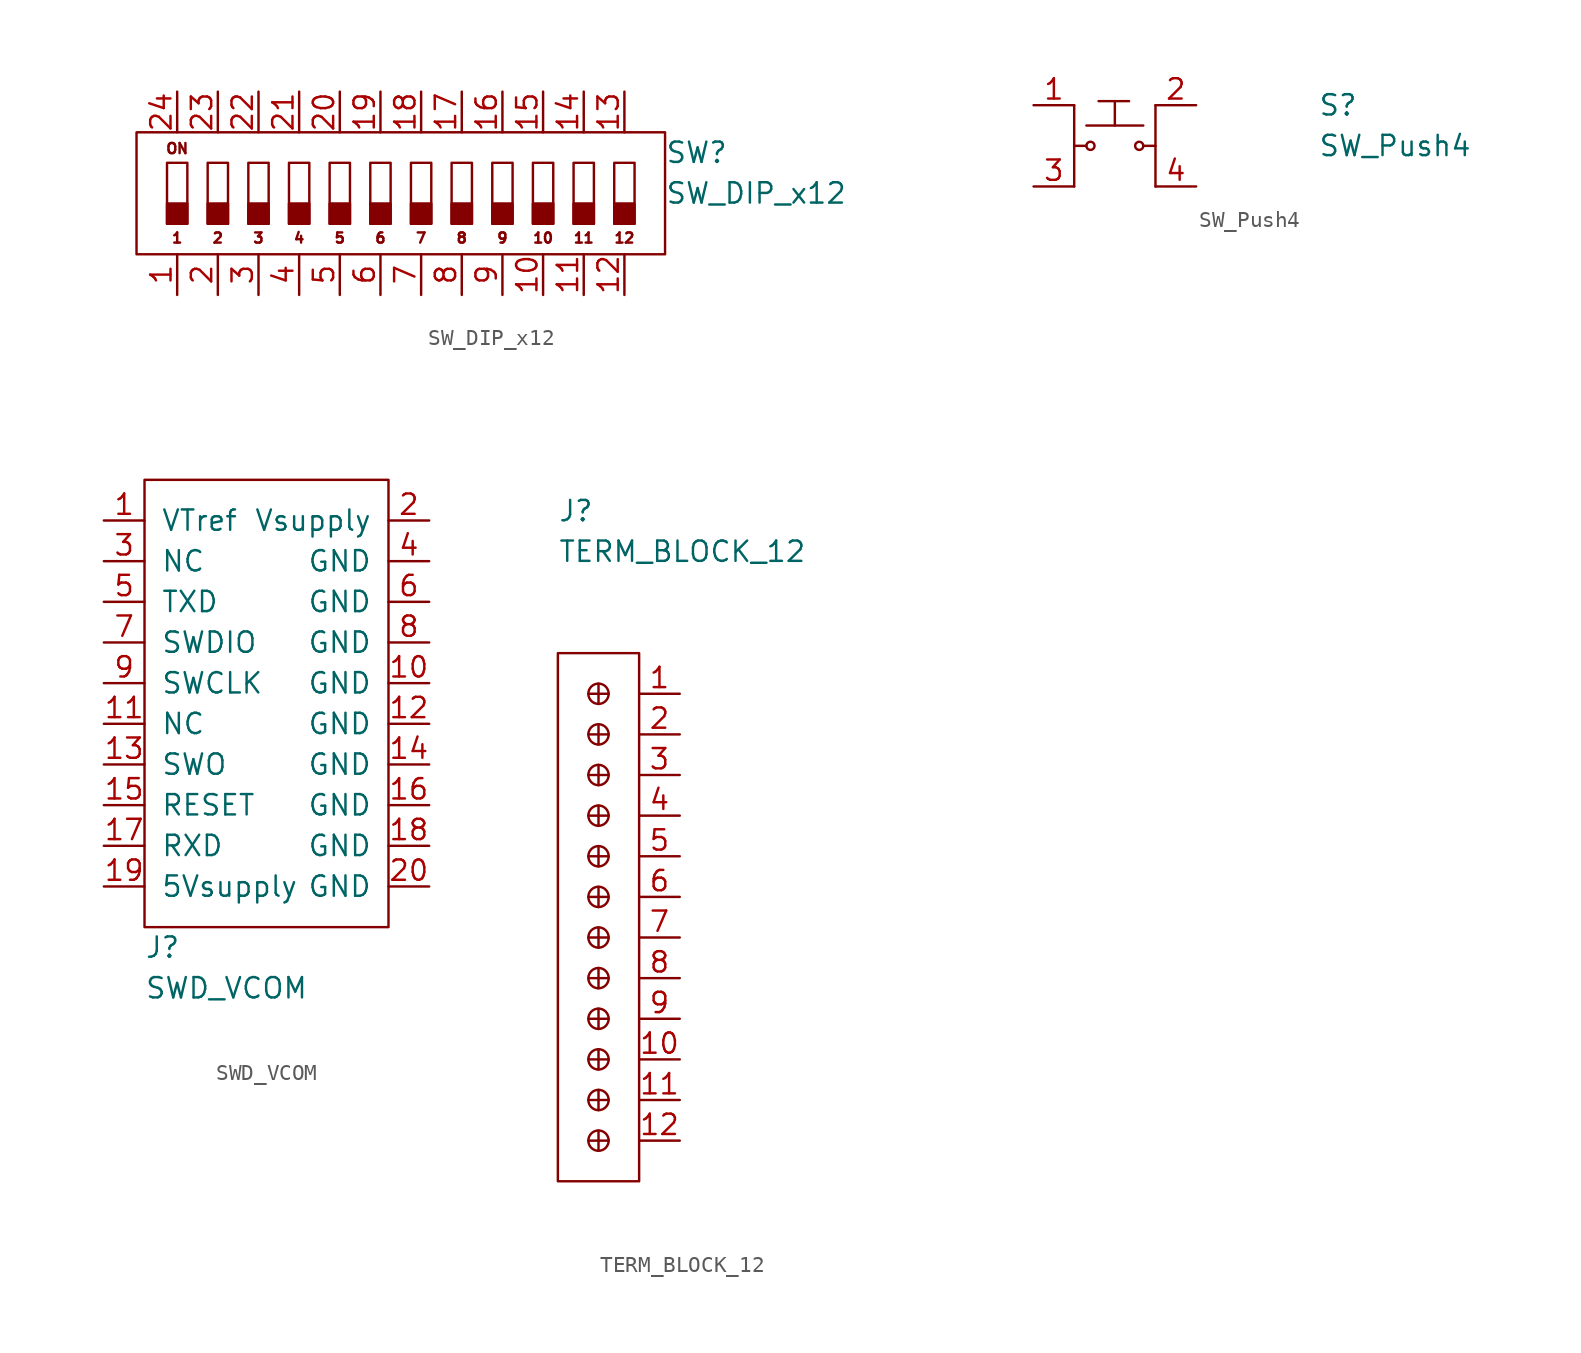
<source format=kicad_sym>
(kicad_symbol_lib
  (version 20211014)
  (generator kicad_symbol_editor)
  (symbol "SW_DIP_x12"
    (property "Reference" "SW"
      (at 33.02 -1.27 0)
      (effects (font (size 1.27 1.27)) (justify left)))
    (property "Value" "SW_DIP_x12"
      (at 33.02 -3.81 0)
      (effects (font (size 1.27 1.27)) (justify left)))
    (symbol "SW_DIP_x12_0_0"
      (rectangle (start 0 0) (end 33.02 -7.62) (stroke (width 0.152) (type default) (color 0 0 0 0)) (fill (type none)))
      (text "1" (at 2.54 -6.604 0) (effects (font (size 0.635 0.635))))
      (text "10" (at 25.4 -6.604 0) (effects (font (size 0.635 0.635))))
      (text "11" (at 27.94 -6.604 0) (effects (font (size 0.635 0.635))))
      (text "12" (at 30.48 -6.604 0) (effects (font (size 0.635 0.635))))
      (text "2" (at 5.08 -6.604 0) (effects (font (size 0.635 0.635))))
      (text "3" (at 7.62 -6.604 0) (effects (font (size 0.635 0.635))))
      (text "4" (at 10.16 -6.604 0) (effects (font (size 0.635 0.635))))
      (text "5" (at 12.7 -6.604 0) (effects (font (size 0.635 0.635))))
      (text "6" (at 15.24 -6.604 0) (effects (font (size 0.635 0.635))))
      (text "7" (at 17.78 -6.604 0) (effects (font (size 0.635 0.635))))
      (text "8" (at 20.32 -6.604 0) (effects (font (size 0.635 0.635))))
      (text "9" (at 22.86 -6.604 0) (effects (font (size 0.635 0.635))))
      (text "ON" (at 2.54 -1.016 0) (effects (font (size 0.635 0.635)))))
    (symbol "SW_DIP_x12_0_1"
      (rectangle (start 1.905 -4.445) (end 3.175 -5.715) (stroke (width 0.152) (type default) (color 0 0 0 0)) (fill (type outline)))
      (rectangle (start 1.905 -1.905) (end 3.175 -5.715) (stroke (width 0.152) (type default) (color 0 0 0 0)) (fill (type none)))
      (rectangle (start 4.445 -4.445) (end 5.715 -5.715) (stroke (width 0.152) (type default) (color 0 0 0 0)) (fill (type outline)))
      (rectangle (start 4.445 -1.905) (end 5.715 -5.715) (stroke (width 0.152) (type default) (color 0 0 0 0)) (fill (type none)))
      (rectangle (start 6.985 -4.445) (end 8.255 -5.715) (stroke (width 0.152) (type default) (color 0 0 0 0)) (fill (type outline)))
      (rectangle (start 6.985 -1.905) (end 8.255 -5.715) (stroke (width 0.152) (type default) (color 0 0 0 0)) (fill (type none)))
      (rectangle (start 9.525 -4.445) (end 10.795 -5.715) (stroke (width 0.152) (type default) (color 0 0 0 0)) (fill (type outline)))
      (rectangle (start 9.525 -1.905) (end 10.795 -5.715) (stroke (width 0.152) (type default) (color 0 0 0 0)) (fill (type none)))
      (rectangle (start 12.065 -4.445) (end 13.335 -5.715) (stroke (width 0.152) (type default) (color 0 0 0 0)) (fill (type outline)))
      (rectangle (start 12.065 -1.905) (end 13.335 -5.715) (stroke (width 0.152) (type default) (color 0 0 0 0)) (fill (type none)))
      (rectangle (start 14.605 -4.445) (end 15.875 -5.715) (stroke (width 0.152) (type default) (color 0 0 0 0)) (fill (type outline)))
      (rectangle (start 14.605 -1.905) (end 15.875 -5.715) (stroke (width 0.152) (type default) (color 0 0 0 0)) (fill (type none)))
      (rectangle (start 17.145 -4.445) (end 18.415 -5.715) (stroke (width 0.152) (type default) (color 0 0 0 0)) (fill (type outline)))
      (rectangle (start 17.145 -1.905) (end 18.415 -5.715) (stroke (width 0.152) (type default) (color 0 0 0 0)) (fill (type none)))
      (rectangle (start 19.685 -4.445) (end 20.955 -5.715) (stroke (width 0.152) (type default) (color 0 0 0 0)) (fill (type outline)))
      (rectangle (start 19.685 -1.905) (end 20.955 -5.715) (stroke (width 0.152) (type default) (color 0 0 0 0)) (fill (type none)))
      (rectangle (start 22.225 -4.445) (end 23.495 -5.715) (stroke (width 0.152) (type default) (color 0 0 0 0)) (fill (type outline)))
      (rectangle (start 22.225 -1.905) (end 23.495 -5.715) (stroke (width 0.152) (type default) (color 0 0 0 0)) (fill (type none)))
      (rectangle (start 24.765 -4.445) (end 26.035 -5.715) (stroke (width 0.152) (type default) (color 0 0 0 0)) (fill (type outline)))
      (rectangle (start 24.765 -1.905) (end 26.035 -5.715) (stroke (width 0.152) (type default) (color 0 0 0 0)) (fill (type none)))
      (rectangle (start 27.305 -4.445) (end 28.575 -5.715) (stroke (width 0.152) (type default) (color 0 0 0 0)) (fill (type outline)))
      (rectangle (start 27.305 -1.905) (end 28.575 -5.715) (stroke (width 0.152) (type default) (color 0 0 0 0)) (fill (type none)))
      (rectangle (start 29.845 -4.445) (end 31.115 -5.715) (stroke (width 0.152) (type default) (color 0 0 0 0)) (fill (type outline)))
      (rectangle (start 29.845 -1.905) (end 31.115 -5.715) (stroke (width 0.152) (type default) (color 0 0 0 0)) (fill (type none))))
    (symbol "SW_DIP_x12_1_1"
      (pin passive line (at 2.54 -10.16 90) (length 2.54) (name "~" (effects (font (size 1.27 1.27)))) (number "1" (effects (font (size 1.27 1.27)))))
      (pin passive line (at 25.4 -10.16 90) (length 2.54) (name "~" (effects (font (size 1.27 1.27)))) (number "10" (effects (font (size 1.27 1.27)))))
      (pin passive line (at 27.94 -10.16 90) (length 2.54) (name "~" (effects (font (size 1.27 1.27)))) (number "11" (effects (font (size 1.27 1.27)))))
      (pin passive line (at 30.48 -10.16 90) (length 2.54) (name "~" (effects (font (size 1.27 1.27)))) (number "12" (effects (font (size 1.27 1.27)))))
      (pin passive line (at 30.48 2.54 270) (length 2.54) (name "~" (effects (font (size 1.27 1.27)))) (number "13" (effects (font (size 1.27 1.27)))))
      (pin passive line (at 27.94 2.54 270) (length 2.54) (name "~" (effects (font (size 1.27 1.27)))) (number "14" (effects (font (size 1.27 1.27)))))
      (pin passive line (at 25.4 2.54 270) (length 2.54) (name "~" (effects (font (size 1.27 1.27)))) (number "15" (effects (font (size 1.27 1.27)))))
      (pin passive line (at 22.86 2.54 270) (length 2.54) (name "~" (effects (font (size 1.27 1.27)))) (number "16" (effects (font (size 1.27 1.27)))))
      (pin passive line (at 20.32 2.54 270) (length 2.54) (name "~" (effects (font (size 1.27 1.27)))) (number "17" (effects (font (size 1.27 1.27)))))
      (pin passive line (at 17.78 2.54 270) (length 2.54) (name "~" (effects (font (size 1.27 1.27)))) (number "18" (effects (font (size 1.27 1.27)))))
      (pin passive line (at 15.24 2.54 270) (length 2.54) (name "~" (effects (font (size 1.27 1.27)))) (number "19" (effects (font (size 1.27 1.27)))))
      (pin passive line (at 5.08 -10.16 90) (length 2.54) (name "~" (effects (font (size 1.27 1.27)))) (number "2" (effects (font (size 1.27 1.27)))))
      (pin passive line (at 12.7 2.54 270) (length 2.54) (name "~" (effects (font (size 1.27 1.27)))) (number "20" (effects (font (size 1.27 1.27)))))
      (pin passive line (at 10.16 2.54 270) (length 2.54) (name "~" (effects (font (size 1.27 1.27)))) (number "21" (effects (font (size 1.27 1.27)))))
      (pin passive line (at 7.62 2.54 270) (length 2.54) (name "~" (effects (font (size 1.27 1.27)))) (number "22" (effects (font (size 1.27 1.27)))))
      (pin passive line (at 5.08 2.54 270) (length 2.54) (name "~" (effects (font (size 1.27 1.27)))) (number "23" (effects (font (size 1.27 1.27)))))
      (pin passive line (at 2.54 2.54 270) (length 2.54) (name "~" (effects (font (size 1.27 1.27)))) (number "24" (effects (font (size 1.27 1.27)))))
      (pin passive line (at 7.62 -10.16 90) (length 2.54) (name "~" (effects (font (size 1.27 1.27)))) (number "3" (effects (font (size 1.27 1.27)))))
      (pin passive line (at 10.16 -10.16 90) (length 2.54) (name "~" (effects (font (size 1.27 1.27)))) (number "4" (effects (font (size 1.27 1.27)))))
      (pin passive line (at 12.7 -10.16 90) (length 2.54) (name "~" (effects (font (size 1.27 1.27)))) (number "5" (effects (font (size 1.27 1.27)))))
      (pin passive line (at 15.24 -10.16 90) (length 2.54) (name "~" (effects (font (size 1.27 1.27)))) (number "6" (effects (font (size 1.27 1.27)))))
      (pin passive line (at 17.78 -10.16 90) (length 2.54) (name "~" (effects (font (size 1.27 1.27)))) (number "7" (effects (font (size 1.27 1.27)))))
      (pin passive line (at 20.32 -10.16 90) (length 2.54) (name "~" (effects (font (size 1.27 1.27)))) (number "8" (effects (font (size 1.27 1.27)))))
      (pin passive line (at 22.86 -10.16 90) (length 2.54) (name "~" (effects (font (size 1.27 1.27)))) (number "9" (effects (font (size 1.27 1.27)))))))
  (symbol "SW_Push4"
    (pin_names
      (offset 1.016))
    (property "Reference" "S"
      (at 12.7 2.54 0)
      (effects (font (size 1.27 1.27)) (justify left)))
    (property "Value" "SW_Push4"
      (at 12.7 0 0)
      (effects (font (size 1.27 1.27)) (justify left)))
    (symbol "SW_Push4_0_1"
      (circle (center -1.524 0) (radius 0.254) (stroke (width 0) (type default) (color 0 0 0 0)) (fill (type none)))
      (polyline (pts (xy -2.54 2.54) (xy -2.54 -2.54)) (stroke (width 0) (type default) (color 0 0 0 0)) (fill (type none)))
      (polyline (pts (xy -1.778 0) (xy -2.54 0)) (stroke (width 0) (type default) (color 0 0 0 0)) (fill (type none)))
      (polyline (pts (xy -1.778 1.27) (xy 1.778 1.27)) (stroke (width 0) (type default) (color 0 0 0 0)) (fill (type none)))
      (polyline (pts (xy 2.54 -2.54) (xy 2.54 2.54)) (stroke (width 0) (type default) (color 0 0 0 0)) (fill (type none)))
      (polyline (pts (xy 2.54 0) (xy 1.778 0)) (stroke (width 0) (type default) (color 0 0 0 0)) (fill (type none)))
      (circle (center 1.524 0) (radius 0.254) (stroke (width 0) (type default) (color 0 0 0 0)) (fill (type none))))
    (symbol "SW_Push4_1_1"
      (polyline (pts (xy -1.016 2.794) (xy 0.889 2.794)) (stroke (width 0) (type default) (color 0 0 0 0)) (fill (type none)))
      (polyline (pts (xy 0 2.794) (xy 0 1.27)) (stroke (width 0) (type default) (color 0 0 0 0)) (fill (type none)))
      (pin passive line (at -5.08 2.54 0) (length 2.54) (name "~" (effects (font (size 1.27 1.27)))) (number "1" (effects (font (size 1.27 1.27)))))
      (pin passive line (at 5.08 2.54 180) (length 2.54) (name "~" (effects (font (size 1.27 1.27)))) (number "2" (effects (font (size 1.27 1.27)))))
      (pin passive line (at -5.08 -2.54 0) (length 2.54) (name "~" (effects (font (size 1.27 1.27)))) (number "3" (effects (font (size 1.27 1.27)))))
      (pin passive line (at 5.08 -2.54 180) (length 2.54) (name "~" (effects (font (size 1.27 1.27)))) (number "4" (effects (font (size 1.27 1.27)))))))
  (symbol "SWD_VCOM"
    (pin_names
      (offset 1.016))
    (property "Reference" "J"
      (at 0 -29.21 0)
      (effects (font (size 1.27 1.27)) (justify left)))
    (property "Value" "SWD_VCOM"
      (at 0 -31.75 0)
      (effects (font (size 1.27 1.27)) (justify left)))
    (symbol "SWD_VCOM_0_1"
      (rectangle (start 0 0) (end 15.24 -27.94) (stroke (width 0.152) (type default) (color 0 0 0 0)) (fill (type none))))
    (symbol "SWD_VCOM_1_1"
      (pin passive line (at -2.54 -2.54 0) (length 2.54) (name "VTref" (effects (font (size 1.27 1.27)))) (number "1" (effects (font (size 1.27 1.27)))))
      (pin passive line (at 17.78 -12.7 180) (length 2.54) (name "GND" (effects (font (size 1.27 1.27)))) (number "10" (effects (font (size 1.27 1.27)))))
      (pin passive line (at -2.54 -15.24 0) (length 2.54) (name "NC" (effects (font (size 1.27 1.27)))) (number "11" (effects (font (size 1.27 1.27)))))
      (pin passive line (at 17.78 -15.24 180) (length 2.54) (name "GND" (effects (font (size 1.27 1.27)))) (number "12" (effects (font (size 1.27 1.27)))))
      (pin passive line (at -2.54 -17.78 0) (length 2.54) (name "SWO" (effects (font (size 1.27 1.27)))) (number "13" (effects (font (size 1.27 1.27)))))
      (pin passive line (at 17.78 -17.78 180) (length 2.54) (name "GND" (effects (font (size 1.27 1.27)))) (number "14" (effects (font (size 1.27 1.27)))))
      (pin passive line (at -2.54 -20.32 0) (length 2.54) (name "RESET" (effects (font (size 1.27 1.27)))) (number "15" (effects (font (size 1.27 1.27)))))
      (pin passive line (at 17.78 -20.32 180) (length 2.54) (name "GND" (effects (font (size 1.27 1.27)))) (number "16" (effects (font (size 1.27 1.27)))))
      (pin passive line (at -2.54 -22.86 0) (length 2.54) (name "RXD" (effects (font (size 1.27 1.27)))) (number "17" (effects (font (size 1.27 1.27)))))
      (pin passive line (at 17.78 -22.86 180) (length 2.54) (name "GND" (effects (font (size 1.27 1.27)))) (number "18" (effects (font (size 1.27 1.27)))))
      (pin passive line (at -2.54 -25.4 0) (length 2.54) (name "5Vsupply" (effects (font (size 1.27 1.27)))) (number "19" (effects (font (size 1.27 1.27)))))
      (pin passive line (at 17.78 -2.54 180) (length 2.54) (name "Vsupply" (effects (font (size 1.27 1.27)))) (number "2" (effects (font (size 1.27 1.27)))))
      (pin passive line (at 17.78 -25.4 180) (length 2.54) (name "GND" (effects (font (size 1.27 1.27)))) (number "20" (effects (font (size 1.27 1.27)))))
      (pin passive line (at -2.54 -5.08 0) (length 2.54) (name "NC" (effects (font (size 1.27 1.27)))) (number "3" (effects (font (size 1.27 1.27)))))
      (pin passive line (at 17.78 -5.08 180) (length 2.54) (name "GND" (effects (font (size 1.27 1.27)))) (number "4" (effects (font (size 1.27 1.27)))))
      (pin passive line (at -2.54 -7.62 0) (length 2.54) (name "TXD" (effects (font (size 1.27 1.27)))) (number "5" (effects (font (size 1.27 1.27)))))
      (pin passive line (at 17.78 -7.62 180) (length 2.54) (name "GND" (effects (font (size 1.27 1.27)))) (number "6" (effects (font (size 1.27 1.27)))))
      (pin passive line (at -2.54 -10.16 0) (length 2.54) (name "SWDIO" (effects (font (size 1.27 1.27)))) (number "7" (effects (font (size 1.27 1.27)))))
      (pin passive line (at 17.78 -10.16 180) (length 2.54) (name "GND" (effects (font (size 1.27 1.27)))) (number "8" (effects (font (size 1.27 1.27)))))
      (pin passive line (at -2.54 -12.7 0) (length 2.54) (name "SWCLK" (effects (font (size 1.27 1.27)))) (number "9" (effects (font (size 1.27 1.27)))))))
  (symbol "TERM_BLOCK_12"
    (pin_names
      (offset 1.016))
    (property "Reference" "J"
      (at 0 8.89 0)
      (effects (font (size 1.27 1.27)) (justify left)))
    (property "Value" "TERM_BLOCK_12"
      (at 0 6.35 0)
      (effects (font (size 1.27 1.27)) (justify left)))
    (symbol "TERM_BLOCK_12_1_1"
      (polyline (pts (xy 2.54 -29.845) (xy 2.54 -31.115)) (stroke (width 0) (type default) (color 0 0 0 0)) (fill (type none)))
      (polyline (pts (xy 2.54 -28.575) (xy 2.54 -27.305)) (stroke (width 0) (type default) (color 0 0 0 0)) (fill (type none)))
      (polyline (pts (xy 2.54 -24.765) (xy 2.54 -26.035)) (stroke (width 0) (type default) (color 0 0 0 0)) (fill (type none)))
      (polyline (pts (xy 2.54 -23.495) (xy 2.54 -22.225)) (stroke (width 0) (type default) (color 0 0 0 0)) (fill (type none)))
      (polyline (pts (xy 2.54 -19.685) (xy 2.54 -20.955)) (stroke (width 0) (type default) (color 0 0 0 0)) (fill (type none)))
      (polyline (pts (xy 2.54 -18.415) (xy 2.54 -17.145)) (stroke (width 0) (type default) (color 0 0 0 0)) (fill (type none)))
      (polyline (pts (xy 2.54 -14.605) (xy 2.54 -15.875)) (stroke (width 0) (type default) (color 0 0 0 0)) (fill (type none)))
      (polyline (pts (xy 2.54 -13.335) (xy 2.54 -12.065)) (stroke (width 0) (type default) (color 0 0 0 0)) (fill (type none)))
      (polyline (pts (xy 2.54 -9.525) (xy 2.54 -10.795)) (stroke (width 0) (type default) (color 0 0 0 0)) (fill (type none)))
      (polyline (pts (xy 2.54 -8.255) (xy 2.54 -6.985)) (stroke (width 0) (type default) (color 0 0 0 0)) (fill (type none)))
      (polyline (pts (xy 2.54 -4.445) (xy 2.54 -5.715)) (stroke (width 0) (type default) (color 0 0 0 0)) (fill (type none)))
      (polyline (pts (xy 2.54 -3.175) (xy 2.54 -1.905)) (stroke (width 0) (type default) (color 0 0 0 0)) (fill (type none)))
      (polyline (pts (xy 3.175 -30.48) (xy 1.905 -30.48)) (stroke (width 0) (type default) (color 0 0 0 0)) (fill (type none)))
      (polyline (pts (xy 3.175 -27.94) (xy 1.905 -27.94)) (stroke (width 0) (type default) (color 0 0 0 0)) (fill (type none)))
      (polyline (pts (xy 3.175 -25.4) (xy 1.905 -25.4)) (stroke (width 0) (type default) (color 0 0 0 0)) (fill (type none)))
      (polyline (pts (xy 3.175 -22.86) (xy 1.905 -22.86)) (stroke (width 0) (type default) (color 0 0 0 0)) (fill (type none)))
      (polyline (pts (xy 3.175 -20.32) (xy 1.905 -20.32)) (stroke (width 0) (type default) (color 0 0 0 0)) (fill (type none)))
      (polyline (pts (xy 3.175 -17.78) (xy 1.905 -17.78)) (stroke (width 0) (type default) (color 0 0 0 0)) (fill (type none)))
      (polyline (pts (xy 3.175 -15.24) (xy 1.905 -15.24)) (stroke (width 0) (type default) (color 0 0 0 0)) (fill (type none)))
      (polyline (pts (xy 3.175 -12.7) (xy 1.905 -12.7)) (stroke (width 0) (type default) (color 0 0 0 0)) (fill (type none)))
      (polyline (pts (xy 3.175 -10.16) (xy 1.905 -10.16)) (stroke (width 0) (type default) (color 0 0 0 0)) (fill (type none)))
      (polyline (pts (xy 3.175 -7.62) (xy 1.905 -7.62)) (stroke (width 0) (type default) (color 0 0 0 0)) (fill (type none)))
      (polyline (pts (xy 3.175 -5.08) (xy 1.905 -5.08)) (stroke (width 0) (type default) (color 0 0 0 0)) (fill (type none)))
      (polyline (pts (xy 3.175 -2.54) (xy 1.905 -2.54)) (stroke (width 0) (type default) (color 0 0 0 0)) (fill (type none)))
      (rectangle (start 0 0) (end 5.08 -33.02) (stroke (width 0) (type default) (color 0 0 0 0)) (fill (type none)))
      (circle (center 2.54 -30.48) (radius 0.635) (stroke (width 0) (type default) (color 0 0 0 0)) (fill (type none)))
      (circle (center 2.54 -27.94) (radius 0.635) (stroke (width 0) (type default) (color 0 0 0 0)) (fill (type none)))
      (circle (center 2.54 -25.4) (radius 0.635) (stroke (width 0) (type default) (color 0 0 0 0)) (fill (type none)))
      (circle (center 2.54 -22.86) (radius 0.635) (stroke (width 0) (type default) (color 0 0 0 0)) (fill (type none)))
      (circle (center 2.54 -20.32) (radius 0.635) (stroke (width 0) (type default) (color 0 0 0 0)) (fill (type none)))
      (circle (center 2.54 -17.78) (radius 0.635) (stroke (width 0) (type default) (color 0 0 0 0)) (fill (type none)))
      (circle (center 2.54 -15.24) (radius 0.635) (stroke (width 0) (type default) (color 0 0 0 0)) (fill (type none)))
      (circle (center 2.54 -12.7) (radius 0.635) (stroke (width 0) (type default) (color 0 0 0 0)) (fill (type none)))
      (circle (center 2.54 -10.16) (radius 0.635) (stroke (width 0) (type default) (color 0 0 0 0)) (fill (type none)))
      (circle (center 2.54 -7.62) (radius 0.635) (stroke (width 0) (type default) (color 0 0 0 0)) (fill (type none)))
      (circle (center 2.54 -5.08) (radius 0.635) (stroke (width 0) (type default) (color 0 0 0 0)) (fill (type none)))
      (circle (center 2.54 -2.54) (radius 0.635) (stroke (width 0) (type default) (color 0 0 0 0)) (fill (type none)))
      (pin passive line (at 7.62 -2.54 180) (length 2.54) (name "~" (effects (font (size 1.27 1.27)))) (number "1" (effects (font (size 1.27 1.27)))))
      (pin passive line (at 7.62 -25.4 180) (length 2.54) (name "~" (effects (font (size 1.27 1.27)))) (number "10" (effects (font (size 1.27 1.27)))))
      (pin passive line (at 7.62 -27.94 180) (length 2.54) (name "~" (effects (font (size 1.27 1.27)))) (number "11" (effects (font (size 1.27 1.27)))))
      (pin passive line (at 7.62 -30.48 180) (length 2.54) (name "~" (effects (font (size 1.27 1.27)))) (number "12" (effects (font (size 1.27 1.27)))))
      (pin passive line (at 7.62 -5.08 180) (length 2.54) (name "~" (effects (font (size 1.27 1.27)))) (number "2" (effects (font (size 1.27 1.27)))))
      (pin passive line (at 7.62 -7.62 180) (length 2.54) (name "~" (effects (font (size 1.27 1.27)))) (number "3" (effects (font (size 1.27 1.27)))))
      (pin passive line (at 7.62 -10.16 180) (length 2.54) (name "~" (effects (font (size 1.27 1.27)))) (number "4" (effects (font (size 1.27 1.27)))))
      (pin passive line (at 7.62 -12.7 180) (length 2.54) (name "~" (effects (font (size 1.27 1.27)))) (number "5" (effects (font (size 1.27 1.27)))))
      (pin passive line (at 7.62 -15.24 180) (length 2.54) (name "~" (effects (font (size 1.27 1.27)))) (number "6" (effects (font (size 1.27 1.27)))))
      (pin passive line (at 7.62 -17.78 180) (length 2.54) (name "~" (effects (font (size 1.27 1.27)))) (number "7" (effects (font (size 1.27 1.27)))))
      (pin passive line (at 7.62 -20.32 180) (length 2.54) (name "~" (effects (font (size 1.27 1.27)))) (number "8" (effects (font (size 1.27 1.27)))))
      (pin passive line (at 7.62 -22.86 180) (length 2.54) (name "~" (effects (font (size 1.27 1.27)))) (number "9" (effects (font (size 1.27 1.27))))))))
</source>
